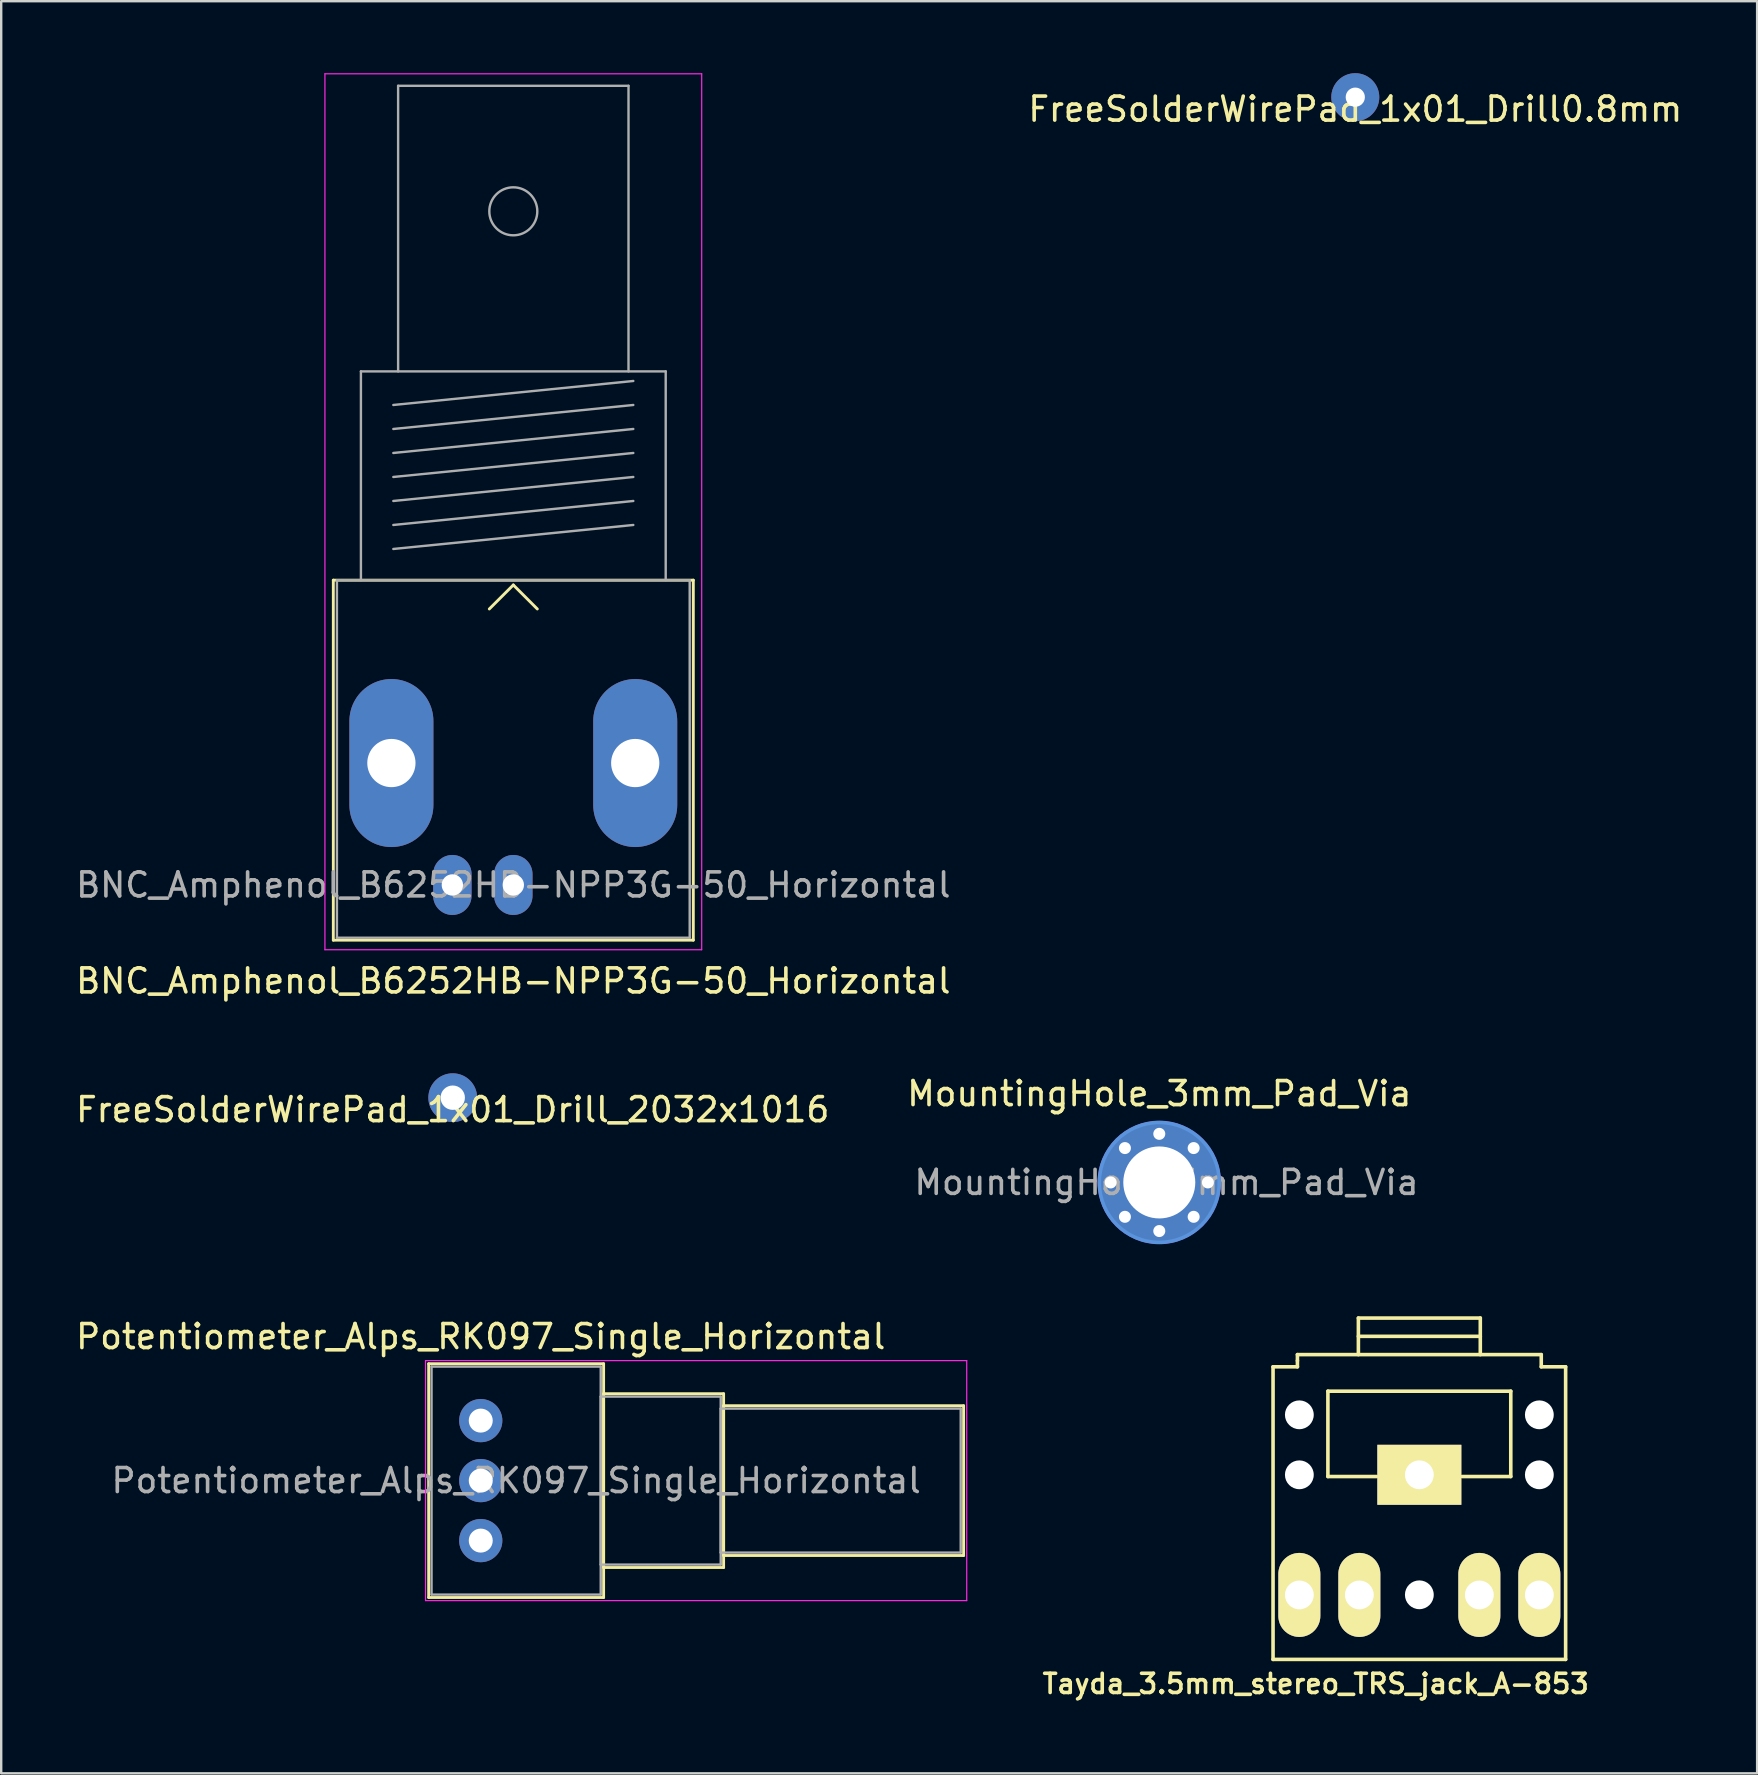
<source format=kicad_pcb>
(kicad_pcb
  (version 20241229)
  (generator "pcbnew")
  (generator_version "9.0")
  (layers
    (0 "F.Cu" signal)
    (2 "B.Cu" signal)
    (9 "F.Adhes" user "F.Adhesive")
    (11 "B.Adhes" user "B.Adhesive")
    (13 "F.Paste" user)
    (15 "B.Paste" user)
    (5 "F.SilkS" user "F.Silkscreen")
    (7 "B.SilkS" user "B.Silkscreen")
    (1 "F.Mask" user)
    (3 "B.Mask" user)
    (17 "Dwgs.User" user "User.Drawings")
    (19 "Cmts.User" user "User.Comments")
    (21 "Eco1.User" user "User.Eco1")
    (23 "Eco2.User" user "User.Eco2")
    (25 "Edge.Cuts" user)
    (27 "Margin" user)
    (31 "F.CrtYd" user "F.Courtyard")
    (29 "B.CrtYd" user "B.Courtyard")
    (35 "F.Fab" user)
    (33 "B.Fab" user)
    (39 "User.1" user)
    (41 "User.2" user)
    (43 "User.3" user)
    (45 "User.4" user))
  (footprint "Potentiometer_Alps_RK097_Single_Horizontal"
    (layer "F.Cu")
    (at 16.982 61.145)
    (property "Reference" "Potentiometer_Alps_RK097_Single_Horizontal" (at 0 -8.5 0) (layer "F.SilkS") (effects (font (size 1 1) (thickness 0.15))))
    (attr through_hole)
    (fp_line (start -2.17 -7.37) (end -2.17 2.37) (stroke (width 0.12) (type solid)) (layer "F.SilkS"))
    (fp_line (start -2.17 -7.37) (end 5.12 -7.37) (stroke (width 0.12) (type solid)) (layer "F.SilkS"))
    (fp_line (start -2.17 2.37) (end 5.12 2.37) (stroke (width 0.12) (type solid)) (layer "F.SilkS"))
    (fp_line (start 5.12 -7.37) (end 5.12 2.37) (stroke (width 0.12) (type solid)) (layer "F.SilkS"))
    (fp_line (start 5.12 -6.12) (end 5.12 1.12) (stroke (width 0.12) (type solid)) (layer "F.SilkS"))
    (fp_line (start 5.12 -6.12) (end 10.12 -6.12) (stroke (width 0.12) (type solid)) (layer "F.SilkS"))
    (fp_line (start 5.12 1.12) (end 10.12 1.12) (stroke (width 0.12) (type solid)) (layer "F.SilkS"))
    (fp_line (start 10.12 -6.12) (end 10.12 1.12) (stroke (width 0.12) (type solid)) (layer "F.SilkS"))
    (fp_line (start 10.12 -5.62) (end 10.12 0.62) (stroke (width 0.12) (type solid)) (layer "F.SilkS"))
    (fp_line (start 10.12 -5.62) (end 20.12 -5.62) (stroke (width 0.12) (type solid)) (layer "F.SilkS"))
    (fp_line (start 10.12 0.62) (end 20.12 0.62) (stroke (width 0.12) (type solid)) (layer "F.SilkS"))
    (fp_line (start 20.12 -5.62) (end 20.12 0.62) (stroke (width 0.12) (type solid)) (layer "F.SilkS"))
    (fp_line (start -2.3 -7.5) (end -2.3 2.5) (stroke (width 0.05) (type solid)) (layer "F.CrtYd"))
    (fp_line (start -2.3 2.5) (end 20.25 2.5) (stroke (width 0.05) (type solid)) (layer "F.CrtYd"))
    (fp_line (start 20.25 -7.5) (end -2.3 -7.5) (stroke (width 0.05) (type solid)) (layer "F.CrtYd"))
    (fp_line (start 20.25 2.5) (end 20.25 -7.5) (stroke (width 0.05) (type solid)) (layer "F.CrtYd"))
    (fp_line (start -2.05 -7.25) (end -2.05 2.25) (stroke (width 0.1) (type solid)) (layer "F.Fab"))
    (fp_line (start -2.05 2.25) (end 5 2.25) (stroke (width 0.1) (type solid)) (layer "F.Fab"))
    (fp_line (start 5 -7.25) (end -2.05 -7.25) (stroke (width 0.1) (type solid)) (layer "F.Fab"))
    (fp_line (start 5 -6) (end 5 1) (stroke (width 0.1) (type solid)) (layer "F.Fab"))
    (fp_line (start 5 1) (end 10 1) (stroke (width 0.1) (type solid)) (layer "F.Fab"))
    (fp_line (start 5 2.25) (end 5 -7.25) (stroke (width 0.1) (type solid)) (layer "F.Fab"))
    (fp_line (start 10 -6) (end 5 -6) (stroke (width 0.1) (type solid)) (layer "F.Fab"))
    (fp_line (start 10 -5.5) (end 10 0.5) (stroke (width 0.1) (type solid)) (layer "F.Fab"))
    (fp_line (start 10 0.5) (end 20 0.5) (stroke (width 0.1) (type solid)) (layer "F.Fab"))
    (fp_line (start 10 1) (end 10 -6) (stroke (width 0.1) (type solid)) (layer "F.Fab"))
    (fp_line (start 20 -5.5) (end 10 -5.5) (stroke (width 0.1) (type solid)) (layer "F.Fab"))
    (fp_line (start 20 0.5) (end 20 -5.5) (stroke (width 0.1) (type solid)) (layer "F.Fab"))
    (fp_text user "${REFERENCE}" (at 1.475 -2.5 0) (layer "F.Fab") (effects (font (size 1 1) (thickness 0.15))))
    (pad "1" thru_hole circle (at 0 0) (size 1.8 1.8) (drill 1) (layers "*.Cu" "*.Mask"))
    (pad "2" thru_hole circle (at 0 -2.5) (size 1.8 1.8) (drill 1) (layers "*.Cu" "*.Mask"))
    (pad "3" thru_hole circle (at 0 -5) (size 1.8 1.8) (drill 1) (layers "*.Cu" "*.Mask")))
  (footprint "MountingHole_3mm_Pad_Via"
    (layer "F.Cu")
    (at 45.256 46.221)
    (property "Reference" "MountingHole_3mm_Pad_Via" (at 0 -3.7 0) (layer "F.SilkS") (effects (font (size 1 1) (thickness 0.15))))
    (attr exclude_from_pos_files exclude_from_bom)
    (fp_circle (center 0 0) (end 2.5 0) (stroke (width 0.15) (type solid)) (fill no) (layer "Cmts.User"))
    (fp_circle (center 0 0) (end 2.54 0) (stroke (width 0.05) (type solid)) (fill no) (layer "F.CrtYd"))
    (fp_text user "${REFERENCE}" (at 0.3 0 0) (layer "F.Fab") (effects (font (size 1 1) (thickness 0.15))))
    (pad "1" thru_hole circle (at -2.025 0) (size 0.8 0.8) (drill 0.5) (layers "*.Cu" "*.Mask"))
    (pad "1" thru_hole circle (at -1.432 -1.432) (size 0.8 0.8) (drill 0.5) (layers "*.Cu" "*.Mask"))
    (pad "1" thru_hole circle (at -1.432 1.432) (size 0.8 0.8) (drill 0.5) (layers "*.Cu" "*.Mask"))
    (pad "1" thru_hole circle (at 0 -2.025) (size 0.8 0.8) (drill 0.5) (layers "*.Cu" "*.Mask"))
    (pad "1" thru_hole circle (at 0 0) (size 5 5) (drill 3) (layers "*.Cu" "*.Mask"))
    (pad "1" thru_hole circle (at 0 2.025) (size 0.8 0.8) (drill 0.5) (layers "*.Cu" "*.Mask"))
    (pad "1" thru_hole circle (at 1.432 -1.432) (size 0.8 0.8) (drill 0.5) (layers "*.Cu" "*.Mask"))
    (pad "1" thru_hole circle (at 1.432 1.432) (size 0.8 0.8) (drill 0.5) (layers "*.Cu" "*.Mask"))
    (pad "1" thru_hole circle (at 2.025 0) (size 0.8 0.8) (drill 0.5) (layers "*.Cu" "*.Mask")))
  (footprint "Tayda_3.5mm_stereo_TRS_jack_A-853"
    (layer "F.Cu")
    (at 56.092 59.999)
    (property "Reference" "Tayda_3.5mm_stereo_TRS_jack_A-853" (at -4.318 7.112 0) (layer "F.SilkS") (effects (font (size 0.8 0.8) (thickness 0.15))))
    (attr through_hole)
    (fp_line (start -6.096 6.096) (end -6.096 -6.096) (stroke (width 0.15) (type solid)) (layer "F.SilkS"))
    (fp_line (start -5.08 -6.604) (end 5.08 -6.604) (stroke (width 0.15) (type solid)) (layer "F.SilkS"))
    (fp_line (start -5.08 -6.35) (end -5.08 -6.604) (stroke (width 0.15) (type solid)) (layer "F.SilkS"))
    (fp_line (start -5.08 -6.096) (end -6.096 -6.096) (stroke (width 0.15) (type solid)) (layer "F.SilkS"))
    (fp_line (start -5.08 -6.096) (end -5.08 -6.35) (stroke (width 0.15) (type solid)) (layer "F.SilkS"))
    (fp_line (start -3.81 -5.08) (end 3.81 -5.08) (stroke (width 0.15) (type solid)) (layer "F.SilkS"))
    (fp_line (start -3.81 -1.524) (end -3.81 -5.08) (stroke (width 0.15) (type solid)) (layer "F.SilkS"))
    (fp_line (start -2.54 -8.128) (end -2.54 -6.604) (stroke (width 0.15) (type solid)) (layer "F.SilkS"))
    (fp_line (start -2.54 -8.128) (end 2.54 -8.128) (stroke (width 0.15) (type solid)) (layer "F.SilkS"))
    (fp_line (start -2.54 -7.366) (end 2.54 -7.366) (stroke (width 0.15) (type solid)) (layer "F.SilkS"))
    (fp_line (start -1.778 -1.524) (end -3.81 -1.524) (stroke (width 0.15) (type solid)) (layer "F.SilkS"))
    (fp_line (start 2.54 -6.604) (end 2.54 -8.128) (stroke (width 0.15) (type solid)) (layer "F.SilkS"))
    (fp_line (start 3.81 -5.08) (end 3.81 -1.524) (stroke (width 0.15) (type solid)) (layer "F.SilkS"))
    (fp_line (start 3.81 -1.524) (end 1.778 -1.524) (stroke (width 0.15) (type solid)) (layer "F.SilkS"))
    (fp_line (start 5.08 -6.604) (end 5.08 -6.096) (stroke (width 0.15) (type solid)) (layer "F.SilkS"))
    (fp_line (start 6.096 -6.096) (end 5.08 -6.096) (stroke (width 0.15) (type solid)) (layer "F.SilkS"))
    (fp_line (start 6.096 -6.096) (end 6.096 6.096) (stroke (width 0.15) (type solid)) (layer "F.SilkS"))
    (fp_line (start 6.096 6.096) (end -6.096 6.096) (stroke (width 0.15) (type solid)) (layer "F.SilkS"))
    (pad "" np_thru_hole circle (at -5 -4.096) (size 1.2 1.2) (drill 1.2) (layers "*.Cu" "*.Mask"))
    (pad "" np_thru_hole circle (at -5 -1.596) (size 1.2 1.2) (drill 1.2) (layers "*.Cu" "*.Mask"))
    (pad "" np_thru_hole circle (at 0 3.404) (size 1.2 1.2) (drill 1.2) (layers "*.Cu" "*.Mask"))
    (pad "" np_thru_hole circle (at 5 -4.096) (size 1.2 1.2) (drill 1.2) (layers "*.Cu" "*.Mask"))
    (pad "" np_thru_hole circle (at 5 -1.596) (size 1.2 1.2) (drill 1.2) (layers "*.Cu" "*.Mask"))
    (pad "R" thru_hole oval (at 5 3.41) (size 1.75 3.5) (drill 1.2) (layers "*.Cu" "*.Mask" "F.SilkS"))
    (pad "RN" thru_hole oval (at 2.5 3.41) (size 1.75 3.5) (drill 1.2) (layers "*.Cu" "*.Mask" "F.SilkS"))
    (pad "S" thru_hole rect (at 0 -1.596) (size 3.5 2.5) (drill 1.2) (layers "*.Cu" "*.Mask" "F.SilkS"))
    (pad "T" thru_hole oval (at -5 3.41) (size 1.75 3.5) (drill 1.2) (layers "*.Cu" "*.Mask" "F.SilkS"))
    (pad "TN" thru_hole oval (at -2.5 3.41) (size 1.75 3.5) (drill 1.2) (layers "*.Cu" "*.Mask" "F.SilkS")))
  (footprint "FreeSolderWirePad_1x01_Drill_2032x1016"
    (layer "F.Cu")
    (at 15.815 42.689)
    (property "Reference" "FreeSolderWirePad_1x01_Drill_2032x1016" (at 0 0.5 0) (layer "F.SilkS") (effects (font (size 1 1) (thickness 0.15))))
    (attr through_hole)
    (pad "1" thru_hole circle (at 0 0) (size 2.032 2.032) (drill 1.016) (layers "*.Cu" "*.Mask")))
  (footprint "BNC_Amphenol_B6252HB-NPP3G-50_Horizontal"
    (layer "F.Cu")
    (at 18.339 33.825)
    (property "Reference" "BNC_Amphenol_B6252HB-NPP3G-50_Horizontal" (at 0 4 0) (layer "F.SilkS") (effects (font (size 1 1) (thickness 0.15))))
    (attr through_hole)
    (fp_line (start -7.5 -12.7) (end 7.5 -12.7) (stroke (width 0.12) (type solid)) (layer "F.SilkS"))
    (fp_line (start -7.5 2.3) (end -7.5 -12.7) (stroke (width 0.12) (type solid)) (layer "F.SilkS"))
    (fp_line (start 0 -12.5) (end -1 -11.5) (stroke (width 0.12) (type solid)) (layer "F.SilkS"))
    (fp_line (start 0 -12.5) (end 1 -11.5) (stroke (width 0.12) (type solid)) (layer "F.SilkS"))
    (fp_line (start 7.5 -12.7) (end 7.5 2.3) (stroke (width 0.12) (type solid)) (layer "F.SilkS"))
    (fp_line (start 7.5 2.3) (end -7.5 2.3) (stroke (width 0.12) (type solid)) (layer "F.SilkS"))
    (fp_line (start -7.85 2.7) (end -7.85 -33.8) (stroke (width 0.05) (type solid)) (layer "F.CrtYd"))
    (fp_line (start -7.85 2.7) (end 7.85 2.7) (stroke (width 0.05) (type solid)) (layer "F.CrtYd"))
    (fp_line (start 7.85 -33.8) (end -7.85 -33.8) (stroke (width 0.05) (type solid)) (layer "F.CrtYd"))
    (fp_line (start 7.85 2.7) (end 7.85 -33.8) (stroke (width 0.05) (type solid)) (layer "F.CrtYd"))
    (fp_line (start -7.35 -12.7) (end -7.35 2.2) (stroke (width 0.1) (type solid)) (layer "F.Fab"))
    (fp_line (start -7.35 2.2) (end 7.35 2.2) (stroke (width 0.1) (type solid)) (layer "F.Fab"))
    (fp_line (start -6.35 -21.4) (end -6.35 -12.7) (stroke (width 0.1) (type solid)) (layer "F.Fab"))
    (fp_line (start -5 -20) (end 5 -21) (stroke (width 0.1) (type solid)) (layer "F.Fab"))
    (fp_line (start -5 -19) (end 5 -20) (stroke (width 0.1) (type solid)) (layer "F.Fab"))
    (fp_line (start -5 -18) (end 5 -19) (stroke (width 0.1) (type solid)) (layer "F.Fab"))
    (fp_line (start -5 -17) (end 5 -18) (stroke (width 0.1) (type solid)) (layer "F.Fab"))
    (fp_line (start -5 -16) (end 5 -17) (stroke (width 0.1) (type solid)) (layer "F.Fab"))
    (fp_line (start -5 -15) (end 5 -16) (stroke (width 0.1) (type solid)) (layer "F.Fab"))
    (fp_line (start -5 -14) (end 5 -15) (stroke (width 0.1) (type solid)) (layer "F.Fab"))
    (fp_line (start -4.8 -33.3) (end -4.8 -21.4) (stroke (width 0.1) (type solid)) (layer "F.Fab"))
    (fp_line (start 4.8 -33.3) (end -4.8 -33.3) (stroke (width 0.1) (type solid)) (layer "F.Fab"))
    (fp_line (start 4.8 -21.4) (end 4.8 -33.3) (stroke (width 0.1) (type solid)) (layer "F.Fab"))
    (fp_line (start 6.35 -21.4) (end -6.35 -21.4) (stroke (width 0.1) (type solid)) (layer "F.Fab"))
    (fp_line (start 6.35 -12.7) (end 6.35 -21.4) (stroke (width 0.1) (type solid)) (layer "F.Fab"))
    (fp_line (start 7.35 -12.7) (end -7.35 -12.7) (stroke (width 0.1) (type solid)) (layer "F.Fab"))
    (fp_line (start 7.35 2.2) (end 7.35 -12.7) (stroke (width 0.1) (type solid)) (layer "F.Fab"))
    (fp_circle (center 0 -28.07) (end 1 -28.07) (stroke (width 0.1) (type solid)) (fill no) (layer "F.Fab"))
    (fp_text user "${REFERENCE}" (at 0 0 0) (layer "F.Fab") (effects (font (size 1 1) (thickness 0.15))))
    (pad "1" thru_hole oval (at 0 0) (size 1.6 2.5) (drill 0.89) (layers "*.Cu" "*.Mask"))
    (pad "2" thru_hole oval (at -5.08 -5.08) (size 3.5 7) (drill 2.01) (layers "*.Cu" "*.Mask"))
    (pad "2" thru_hole oval (at -2.54 0) (size 1.6 2.5) (drill 0.89) (layers "*.Cu" "*.Mask"))
    (pad "2" thru_hole oval (at 5.08 -5.08) (size 3.5 7) (drill 2.01) (layers "*.Cu" "*.Mask")))
  (footprint "FreeSolderWirePad_1x01_Drill0.8mm"
    (layer "F.Cu")
    (at 53.423 0.999)
    (property "Reference" "FreeSolderWirePad_1x01_Drill0.8mm" (at 0 0.5 0) (layer "F.SilkS") (effects (font (size 1 1) (thickness 0.15))))
    (attr through_hole)
    (pad "1" thru_hole circle (at 0 0) (size 1.999 1.999) (drill 0.8) (layers "*.Cu" "*.Mask")))
  (gr_rect
    (start -3 -3)
    (end 70.167 70.843)
    (stroke (width 0.1) (type default))
    (fill no)
    (layer "Edge.Cuts")))
</source>
